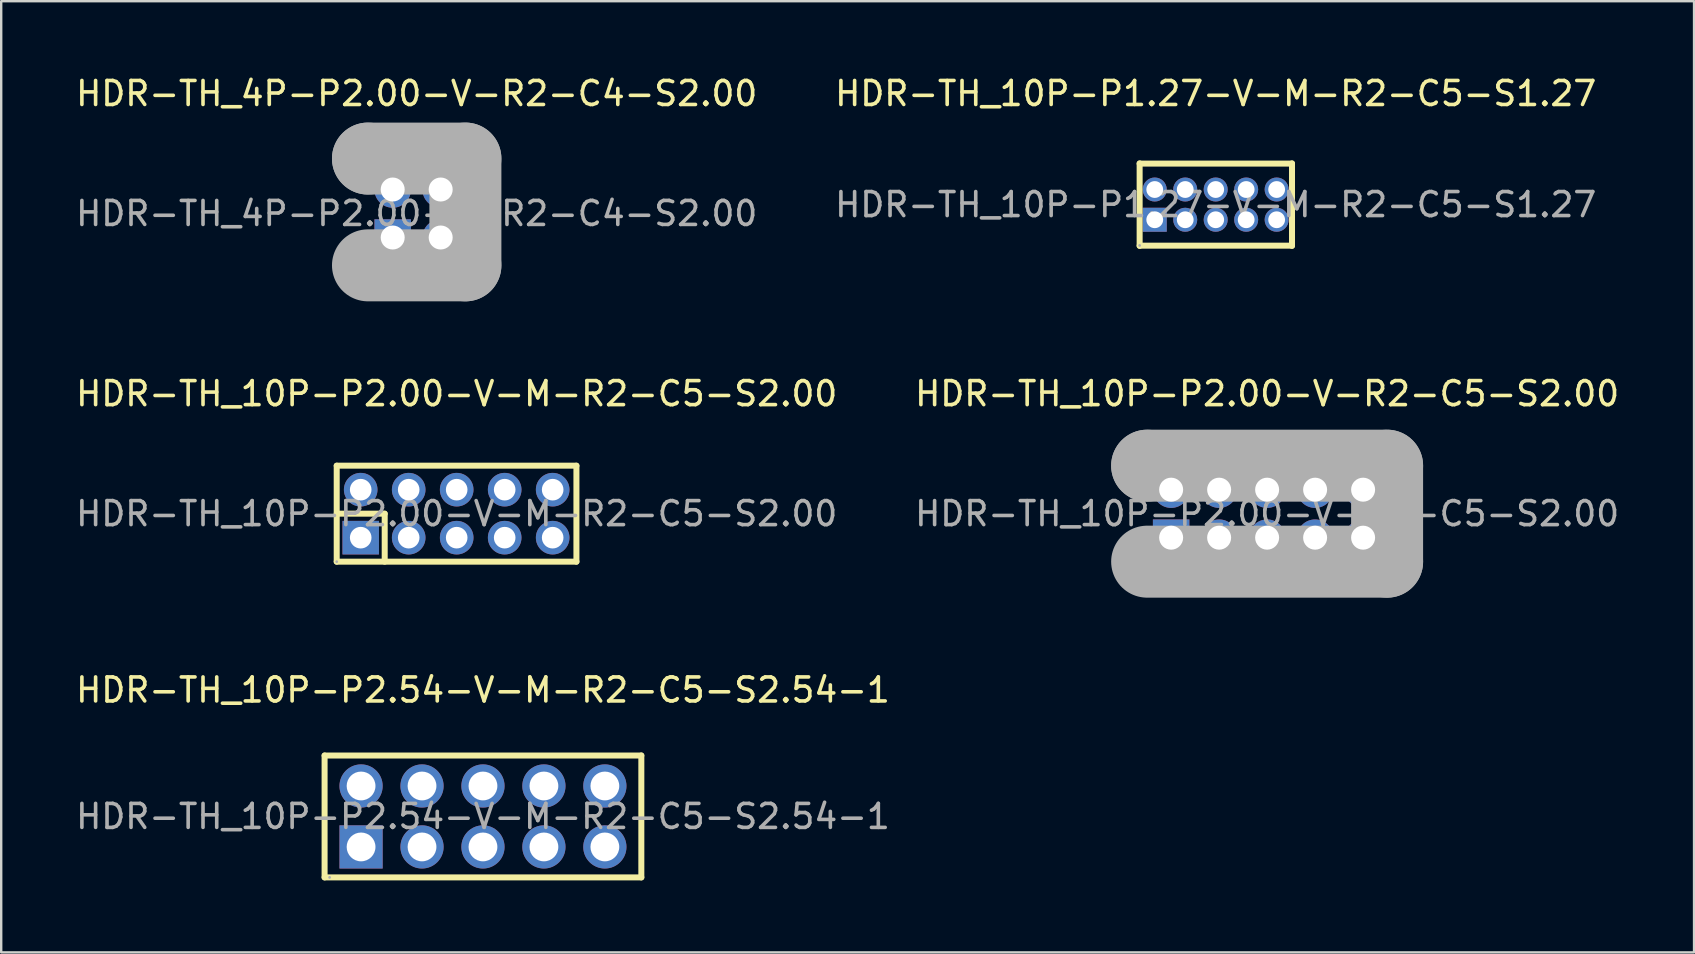
<source format=kicad_pcb>
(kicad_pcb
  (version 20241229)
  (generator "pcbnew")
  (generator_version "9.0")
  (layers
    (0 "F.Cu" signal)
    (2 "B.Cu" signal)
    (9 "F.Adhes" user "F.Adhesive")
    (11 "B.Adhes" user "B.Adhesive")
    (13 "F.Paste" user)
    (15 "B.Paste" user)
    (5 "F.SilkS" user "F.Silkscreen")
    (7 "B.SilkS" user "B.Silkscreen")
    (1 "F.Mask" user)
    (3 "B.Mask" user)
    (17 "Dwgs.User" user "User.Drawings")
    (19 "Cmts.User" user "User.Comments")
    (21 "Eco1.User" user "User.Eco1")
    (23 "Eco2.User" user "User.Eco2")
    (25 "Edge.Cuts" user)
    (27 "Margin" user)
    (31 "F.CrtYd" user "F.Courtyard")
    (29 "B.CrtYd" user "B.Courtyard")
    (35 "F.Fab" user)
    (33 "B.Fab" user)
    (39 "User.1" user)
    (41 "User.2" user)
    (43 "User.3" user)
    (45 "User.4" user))
  (footprint "HDR-TH_10P-P2.00-V-M-R2-C5-S2.00"
    (layer "F.Cu")
    (at 15.982 18.357)
    (property "Reference" "HDR-TH_10P-P2.00-V-M-R2-C5-S2.00" (at 0 -5 0) (layer "F.SilkS") (effects (font (size 1 1) (thickness 0.15))))
    (attr through_hole)
    (fp_line (start -5 -2) (end -5 2) (stroke (width 0.25) (type solid)) (layer "F.SilkS"))
    (fp_line (start -5 -2) (end 4.99 -2) (stroke (width 0.25) (type solid)) (layer "F.SilkS"))
    (fp_line (start -5 0) (end -3 0) (stroke (width 0.25) (type solid)) (layer "F.SilkS"))
    (fp_line (start -5 2) (end 4.99 2) (stroke (width 0.25) (type solid)) (layer "F.SilkS"))
    (fp_line (start -3 0) (end -3 2) (stroke (width 0.25) (type solid)) (layer "F.SilkS"))
    (fp_line (start 4.99 -2) (end 4.99 2) (stroke (width 0.25) (type solid)) (layer "F.SilkS"))
    (fp_circle (center -5 2) (end -4.97 2) (stroke (width 0.06) (type solid)) (fill no) (layer "F.Fab"))
    (fp_text user "${REFERENCE}" (at 0 0 0) (layer "F.Fab") (effects (font (size 1 1) (thickness 0.15))))
    (pad "1" thru_hole rect (at -4 1) (size 1.52 1.4) (drill 0.9) (layers "*.Cu" "*.Mask"))
    (pad "2" thru_hole circle (at -4 -1) (size 1.4 1.4) (drill 0.9) (layers "*.Cu" "*.Mask"))
    (pad "3" thru_hole circle (at -2 1) (size 1.4 1.4) (drill 0.9) (layers "*.Cu" "*.Mask"))
    (pad "4" thru_hole circle (at -2 -1) (size 1.4 1.4) (drill 0.9) (layers "*.Cu" "*.Mask"))
    (pad "5" thru_hole circle (at 0 1) (size 1.4 1.4) (drill 0.9) (layers "*.Cu" "*.Mask"))
    (pad "6" thru_hole circle (at 0 -1) (size 1.4 1.4) (drill 0.9) (layers "*.Cu" "*.Mask"))
    (pad "7" thru_hole circle (at 2 1) (size 1.4 1.4) (drill 0.9) (layers "*.Cu" "*.Mask"))
    (pad "8" thru_hole circle (at 2 -1) (size 1.4 1.4) (drill 0.9) (layers "*.Cu" "*.Mask"))
    (pad "9" thru_hole circle (at 4 1) (size 1.4 1.4) (drill 0.9) (layers "*.Cu" "*.Mask"))
    (pad "10" thru_hole circle (at 4 -1) (size 1.4 1.4) (drill 0.9) (layers "*.Cu" "*.Mask")))
  (footprint "HDR-TH_10P-P1.27-V-M-R2-C5-S1.27"
    (layer "F.Cu")
    (at 47.613 5.478)
    (property "Reference" "HDR-TH_10P-P1.27-V-M-R2-C5-S1.27" (at 0 -4.63 0) (layer "F.SilkS") (effects (font (size 1 1) (thickness 0.15))))
    (attr through_hole)
    (fp_line (start -3.17 -1.72) (end -3.17 1.72) (stroke (width 0.25) (type solid)) (layer "F.SilkS"))
    (fp_line (start -3.17 -1.71) (end 3.18 -1.71) (stroke (width 0.25) (type solid)) (layer "F.SilkS"))
    (fp_line (start -3.17 1.71) (end 3.18 1.71) (stroke (width 0.25) (type solid)) (layer "F.SilkS"))
    (fp_line (start 3.18 -1.72) (end 3.18 1.72) (stroke (width 0.25) (type solid)) (layer "F.SilkS"))
    (fp_circle (center -3.17 1.7) (end -3.14 1.7) (stroke (width 0.06) (type solid)) (fill no) (layer "F.Fab"))
    (fp_text user "${REFERENCE}" (at 0 0 0) (layer "F.Fab") (effects (font (size 1 1) (thickness 0.15))))
    (pad "1" thru_hole rect (at -2.54 0.63) (size 1 1) (drill 0.7) (layers "*.Cu" "*.Mask"))
    (pad "2" thru_hole circle (at -2.54 -0.63) (size 1 1) (drill 0.7) (layers "*.Cu" "*.Mask"))
    (pad "3" thru_hole circle (at -1.27 0.63) (size 1 1) (drill 0.7) (layers "*.Cu" "*.Mask"))
    (pad "4" thru_hole circle (at -1.27 -0.63) (size 1 1) (drill 0.7) (layers "*.Cu" "*.Mask"))
    (pad "5" thru_hole circle (at 0 0.63) (size 1 1) (drill 0.7) (layers "*.Cu" "*.Mask"))
    (pad "6" thru_hole circle (at 0 -0.63) (size 1 1) (drill 0.7) (layers "*.Cu" "*.Mask"))
    (pad "7" thru_hole circle (at 1.27 0.63) (size 1 1) (drill 0.7) (layers "*.Cu" "*.Mask"))
    (pad "8" thru_hole circle (at 1.27 -0.63) (size 1 1) (drill 0.7) (layers "*.Cu" "*.Mask"))
    (pad "9" thru_hole circle (at 2.54 0.63) (size 1 1) (drill 0.7) (layers "*.Cu" "*.Mask"))
    (pad "10" thru_hole circle (at 2.54 -0.63) (size 1 1) (drill 0.7) (layers "*.Cu" "*.Mask")))
  (footprint "HDR-TH_10P-P2.00-V-R2-C5-S2.00"
    (layer "F.Cu")
    (at 49.756 18.357)
    (property "Reference" "HDR-TH_10P-P2.00-V-R2-C5-S2.00" (at 0 -5 0) (layer "F.SilkS") (effects (font (size 1 1) (thickness 0.15))))
    (attr through_hole)
    (fp_line (start -5 -2) (end -5 -2) (stroke (width 3) (type solid)) (layer "F.Fab"))
    (fp_line (start -5 -2) (end 5 -2) (stroke (width 3) (type solid)) (layer "F.Fab"))
    (fp_line (start 5 -2) (end 5 2) (stroke (width 3) (type solid)) (layer "F.Fab"))
    (fp_line (start 5 2) (end -5 2) (stroke (width 3) (type solid)) (layer "F.Fab"))
    (fp_circle (center -5.13 2.13) (end -5.1 2.13) (stroke (width 0.06) (type solid)) (fill no) (layer "F.Fab"))
    (fp_circle (center -4 -1) (end -3.8 -1) (stroke (width 0.4) (type solid)) (fill no) (layer "F.Fab"))
    (fp_circle (center -4 1) (end -3.8 1) (stroke (width 0.4) (type solid)) (fill no) (layer "F.Fab"))
    (fp_circle (center -2 -1) (end -1.8 -1) (stroke (width 0.4) (type solid)) (fill no) (layer "F.Fab"))
    (fp_circle (center -2 1) (end -1.8 1) (stroke (width 0.4) (type solid)) (fill no) (layer "F.Fab"))
    (fp_circle (center 0 -1) (end 0.2 -1) (stroke (width 0.4) (type solid)) (fill no) (layer "F.Fab"))
    (fp_circle (center 0 1) (end 0.2 1) (stroke (width 0.4) (type solid)) (fill no) (layer "F.Fab"))
    (fp_circle (center 2 -1) (end 2.2 -1) (stroke (width 0.4) (type solid)) (fill no) (layer "F.Fab"))
    (fp_circle (center 2 1) (end 2.2 1) (stroke (width 0.4) (type solid)) (fill no) (layer "F.Fab"))
    (fp_circle (center 4 -1) (end 4.2 -1) (stroke (width 0.4) (type solid)) (fill no) (layer "F.Fab"))
    (fp_circle (center 4 1) (end 4.2 1) (stroke (width 0.4) (type solid)) (fill no) (layer "F.Fab"))
    (fp_text user "${REFERENCE}" (at 0 0 0) (layer "F.Fab") (effects (font (size 1 1) (thickness 0.15))))
    (pad "1" thru_hole rect (at -4 1) (size 1.52 1.52) (drill 1) (layers "*.Cu" "*.Mask"))
    (pad "2" thru_hole circle (at -4 -1) (size 1.52 1.52) (drill 1) (layers "*.Cu" "*.Mask"))
    (pad "3" thru_hole circle (at -2 1) (size 1.52 1.52) (drill 1) (layers "*.Cu" "*.Mask"))
    (pad "4" thru_hole circle (at -2 -1) (size 1.52 1.52) (drill 1) (layers "*.Cu" "*.Mask"))
    (pad "5" thru_hole circle (at 0 1) (size 1.52 1.52) (drill 1) (layers "*.Cu" "*.Mask"))
    (pad "6" thru_hole circle (at 0 -1) (size 1.52 1.52) (drill 1) (layers "*.Cu" "*.Mask"))
    (pad "7" thru_hole circle (at 2 1) (size 1.52 1.52) (drill 1) (layers "*.Cu" "*.Mask"))
    (pad "8" thru_hole circle (at 2 -1) (size 1.52 1.52) (drill 1) (layers "*.Cu" "*.Mask"))
    (pad "9" thru_hole circle (at 4 1) (size 1.52 1.52) (drill 1) (layers "*.Cu" "*.Mask"))
    (pad "10" thru_hole circle (at 4 -1) (size 1.52 1.52) (drill 1) (layers "*.Cu" "*.Mask")))
  (footprint "HDR-TH_10P-P2.54-V-M-R2-C5-S2.54-1"
    (layer "F.Cu")
    (at 17.077 30.975)
    (property "Reference" "HDR-TH_10P-P2.54-V-M-R2-C5-S2.54-1" (at 0 -5.27 0) (layer "F.SilkS") (effects (font (size 1 1) (thickness 0.15))))
    (attr through_hole)
    (fp_line (start -6.6 -2.54) (end -6.6 2.54) (stroke (width 0.25) (type solid)) (layer "F.SilkS"))
    (fp_line (start -6.6 -2.54) (end 6.6 -2.54) (stroke (width 0.25) (type solid)) (layer "F.SilkS"))
    (fp_line (start 6.6 -2.54) (end 6.6 2.54) (stroke (width 0.25) (type solid)) (layer "F.SilkS"))
    (fp_line (start 6.6 2.54) (end -6.6 2.54) (stroke (width 0.25) (type solid)) (layer "F.SilkS"))
    (fp_circle (center -6.39 2.54) (end -6.36 2.54) (stroke (width 0.06) (type solid)) (fill no) (layer "F.Fab"))
    (fp_text user "${REFERENCE}" (at 0 0 0) (layer "F.Fab") (effects (font (size 1 1) (thickness 0.15))))
    (pad "1" thru_hole rect (at -5.08 1.27) (size 1.8 1.8) (drill 1.2) (layers "*.Cu" "*.Mask"))
    (pad "2" thru_hole circle (at -5.08 -1.27) (size 1.8 1.8) (drill 1.2) (layers "*.Cu" "*.Mask"))
    (pad "3" thru_hole circle (at -2.54 1.27) (size 1.8 1.8) (drill 1.2) (layers "*.Cu" "*.Mask"))
    (pad "4" thru_hole circle (at -2.54 -1.27) (size 1.8 1.8) (drill 1.2) (layers "*.Cu" "*.Mask"))
    (pad "5" thru_hole circle (at 0 1.27) (size 1.8 1.8) (drill 1.2) (layers "*.Cu" "*.Mask"))
    (pad "6" thru_hole circle (at 0 -1.27) (size 1.8 1.8) (drill 1.2) (layers "*.Cu" "*.Mask"))
    (pad "7" thru_hole circle (at 2.54 1.27) (size 1.8 1.8) (drill 1.2) (layers "*.Cu" "*.Mask"))
    (pad "8" thru_hole circle (at 2.54 -1.27) (size 1.8 1.8) (drill 1.2) (layers "*.Cu" "*.Mask"))
    (pad "9" thru_hole circle (at 5.08 1.27) (size 1.8 1.8) (drill 1.2) (layers "*.Cu" "*.Mask"))
    (pad "10" thru_hole circle (at 5.08 -1.27) (size 1.8 1.8) (drill 1.2) (layers "*.Cu" "*.Mask")))
  (footprint "HDR-TH_4P-P2.00-V-R2-C4-S2.00"
    (layer "F.Cu")
    (at 14.315 5.848)
    (property "Reference" "HDR-TH_4P-P2.00-V-R2-C4-S2.00" (at 0 -5 0) (layer "F.SilkS") (effects (font (size 1 1) (thickness 0.15))))
    (attr through_hole)
    (fp_line (start -2.03 -2.29) (end -2.03 -2.29) (stroke (width 3) (type solid)) (layer "F.Fab"))
    (fp_line (start -2.03 -2.29) (end 2.03 -2.29) (stroke (width 3) (type solid)) (layer "F.Fab"))
    (fp_line (start 2.03 -2.29) (end 2.03 2.16) (stroke (width 3) (type solid)) (layer "F.Fab"))
    (fp_line (start 2.03 2.16) (end -2.03 2.16) (stroke (width 3) (type solid)) (layer "F.Fab"))
    (fp_circle (center -2 2.25) (end -1.97 2.25) (stroke (width 0.06) (type solid)) (fill no) (layer "F.Fab"))
    (fp_text user "${REFERENCE}" (at 0 0 0) (layer "F.Fab") (effects (font (size 1 1) (thickness 0.15))))
    (pad "1" thru_hole rect (at -1 1) (size 1.52 1.52) (drill 1) (layers "*.Cu" "*.Mask"))
    (pad "2" thru_hole circle (at -1 -1) (size 1.52 1.52) (drill 1) (layers "*.Cu" "*.Mask"))
    (pad "3" thru_hole circle (at 1 1) (size 1.52 1.52) (drill 1) (layers "*.Cu" "*.Mask"))
    (pad "4" thru_hole circle (at 1 -1) (size 1.52 1.52) (drill 1) (layers "*.Cu" "*.Mask")))
  (gr_rect
    (start -3 -3)
    (end 67.548 36.64)
    (stroke (width 0.1) (type default))
    (fill no)
    (layer "Edge.Cuts")))
</source>
